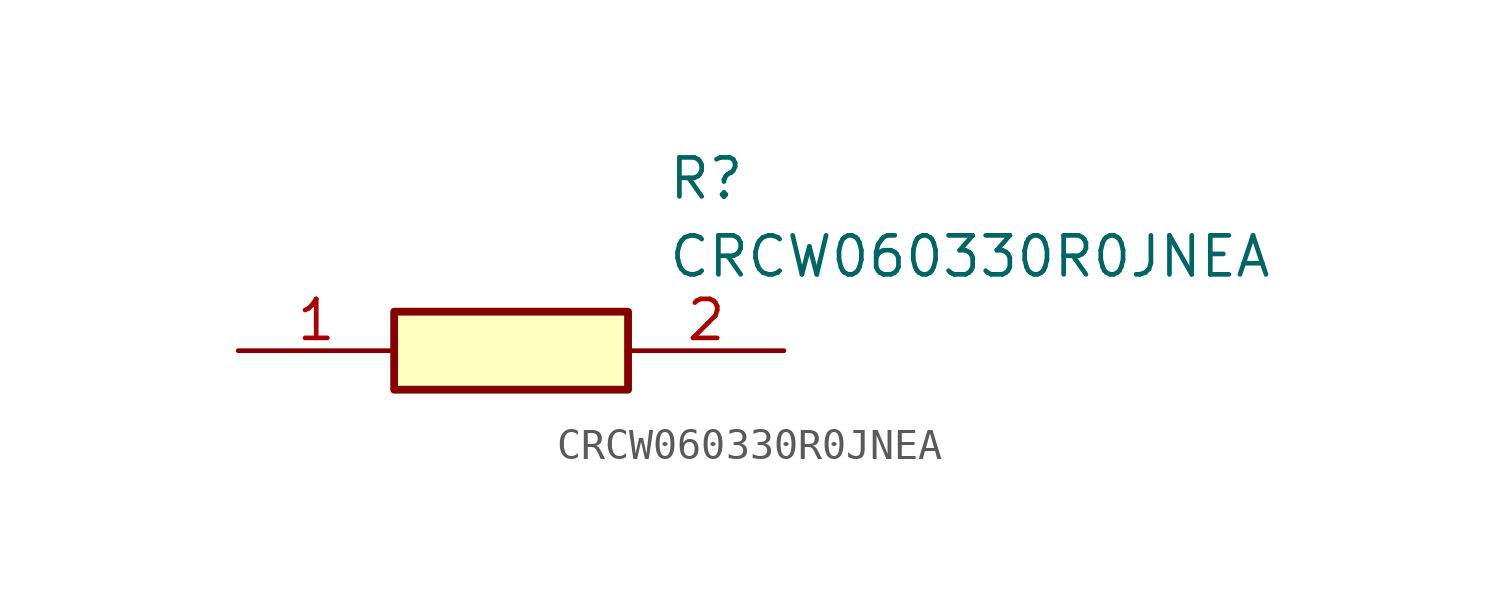
<source format=kicad_sym>
(kicad_symbol_lib
  (version 20211014)
  (generator SamacSys_ECAD_Model)
  (symbol "CRCW060330R0JNEA"
    (pin_names hide)
    (property "Reference" "R"
      (at 13.97 6.35 0)
      (effects (font (size 1.27 1.27)) (justify left top)))
    (property "Value" "CRCW060330R0JNEA"
      (at 13.97 3.81 0)
      (effects (font (size 1.27 1.27)) (justify left top)))
    (rectangle
      (start 5.08 1.27)
      (end 12.7 -1.27)
      (stroke (width 0.254) (type default))
      (fill (type background)))
    (pin passive line
      (at 0 0 0)
      (length 5.08)
      (name "1" (effects (font (size 1.27 1.27))))
      (number "1" (effects (font (size 1.27 1.27)))))
    (pin passive line
      (at 17.78 0 180)
      (length 5.08)
      (name "2" (effects (font (size 1.27 1.27))))
      (number "2" (effects (font (size 1.27 1.27)))))))
</source>
